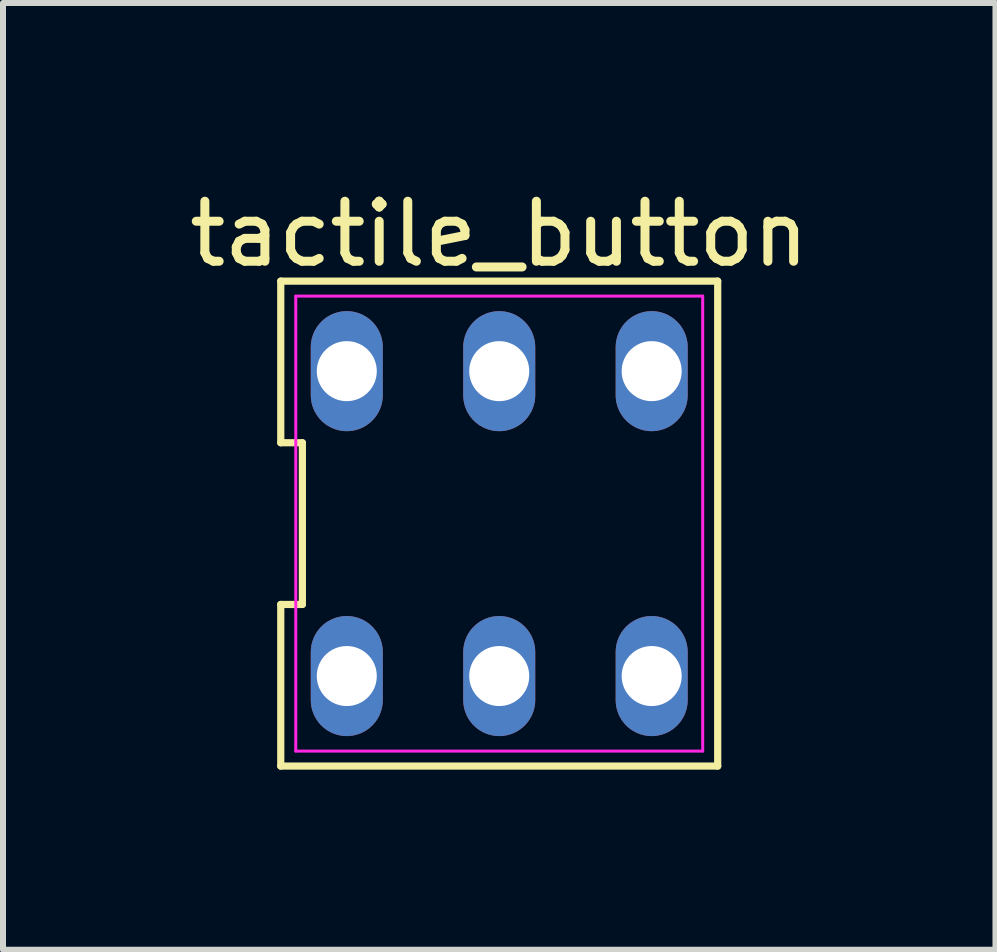
<source format=kicad_pcb>
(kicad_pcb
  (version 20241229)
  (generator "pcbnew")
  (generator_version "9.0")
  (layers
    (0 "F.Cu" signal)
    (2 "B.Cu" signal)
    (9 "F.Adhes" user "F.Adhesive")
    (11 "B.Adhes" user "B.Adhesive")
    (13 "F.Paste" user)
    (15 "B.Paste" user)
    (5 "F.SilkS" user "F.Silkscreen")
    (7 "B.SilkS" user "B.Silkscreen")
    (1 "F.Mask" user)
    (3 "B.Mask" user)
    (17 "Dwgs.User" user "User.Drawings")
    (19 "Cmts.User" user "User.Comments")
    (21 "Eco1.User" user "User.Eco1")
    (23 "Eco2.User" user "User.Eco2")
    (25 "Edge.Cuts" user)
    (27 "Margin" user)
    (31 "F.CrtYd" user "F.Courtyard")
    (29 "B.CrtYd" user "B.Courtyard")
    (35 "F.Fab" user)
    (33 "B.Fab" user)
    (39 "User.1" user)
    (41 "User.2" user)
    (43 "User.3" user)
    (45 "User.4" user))
  (footprint "tactile_button"
    (layer "F.Cu")
    (at 5.268 5.674)
    (property "Reference" "tactile_button" (at 0 -4.826 180) (layer "F.SilkS") (effects (font (size 1 1) (thickness 0.15))))
    (fp_line (start -3.64 -1.347) (end -3.28 -1.347) (stroke (width 0.12) (type solid)) (layer "F.SilkS"))
    (fp_line (start -3.64 1.347) (end -3.64 4.04) (stroke (width 0.12) (type solid)) (layer "F.SilkS"))
    (fp_line (start -3.64 4.04) (end 3.64 4.04) (stroke (width 0.12) (type solid)) (layer "F.SilkS"))
    (fp_line (start -3.64 -4.04) (end -3.64 -1.347) (stroke (width 0.12) (type solid)) (layer "F.SilkS"))
    (fp_line (start -3.28 -1.347) (end -3.28 1.347) (stroke (width 0.12) (type solid)) (layer "F.SilkS"))
    (fp_line (start -3.28 1.347) (end -3.64 1.347) (stroke (width 0.12) (type solid)) (layer "F.SilkS"))
    (fp_line (start 3.64 4.04) (end 3.64 -4.04) (stroke (width 0.12) (type solid)) (layer "F.SilkS"))
    (fp_line (start 3.64 -4.04) (end -3.64 -4.04) (stroke (width 0.12) (type solid)) (layer "F.SilkS"))
    (fp_line (start -3.39 -3.79) (end 3.39 -3.79) (stroke (width 0.05) (type solid)) (layer "F.CrtYd"))
    (fp_line (start -3.39 3.79) (end -3.39 -3.79) (stroke (width 0.05) (type solid)) (layer "F.CrtYd"))
    (fp_line (start 3.39 -3.79) (end 3.39 3.79) (stroke (width 0.05) (type solid)) (layer "F.CrtYd"))
    (fp_line (start 3.39 3.79) (end -3.39 3.79) (stroke (width 0.05) (type solid)) (layer "F.CrtYd"))
    (pad "1" thru_hole oval (at -2.54 -2.54) (size 1.2 2) (drill 1) (layers "*.Cu" "*.Mask"))
    (pad "1" thru_hole oval (at -2.54 2.54) (size 1.2 2) (drill 1) (layers "*.Cu" "*.Mask"))
    (pad "1" thru_hole oval (at 2.54 -2.54) (size 1.2 2) (drill 1) (layers "*.Cu" "*.Mask"))
    (pad "1" thru_hole oval (at 2.54 2.54) (size 1.2 2) (drill 1) (layers "*.Cu" "*.Mask"))
    (pad "2" thru_hole oval (at 0 -2.54) (size 1.2 2) (drill 1) (layers "*.Cu" "*.Mask"))
    (pad "2" thru_hole oval (at 0 2.54) (size 1.2 2) (drill 1) (layers "*.Cu" "*.Mask")))
  (gr_rect
    (start -3 -3)
    (end 13.536 12.774)
    (stroke (width 0.1) (type default))
    (fill no)
    (layer "Edge.Cuts")))
</source>
